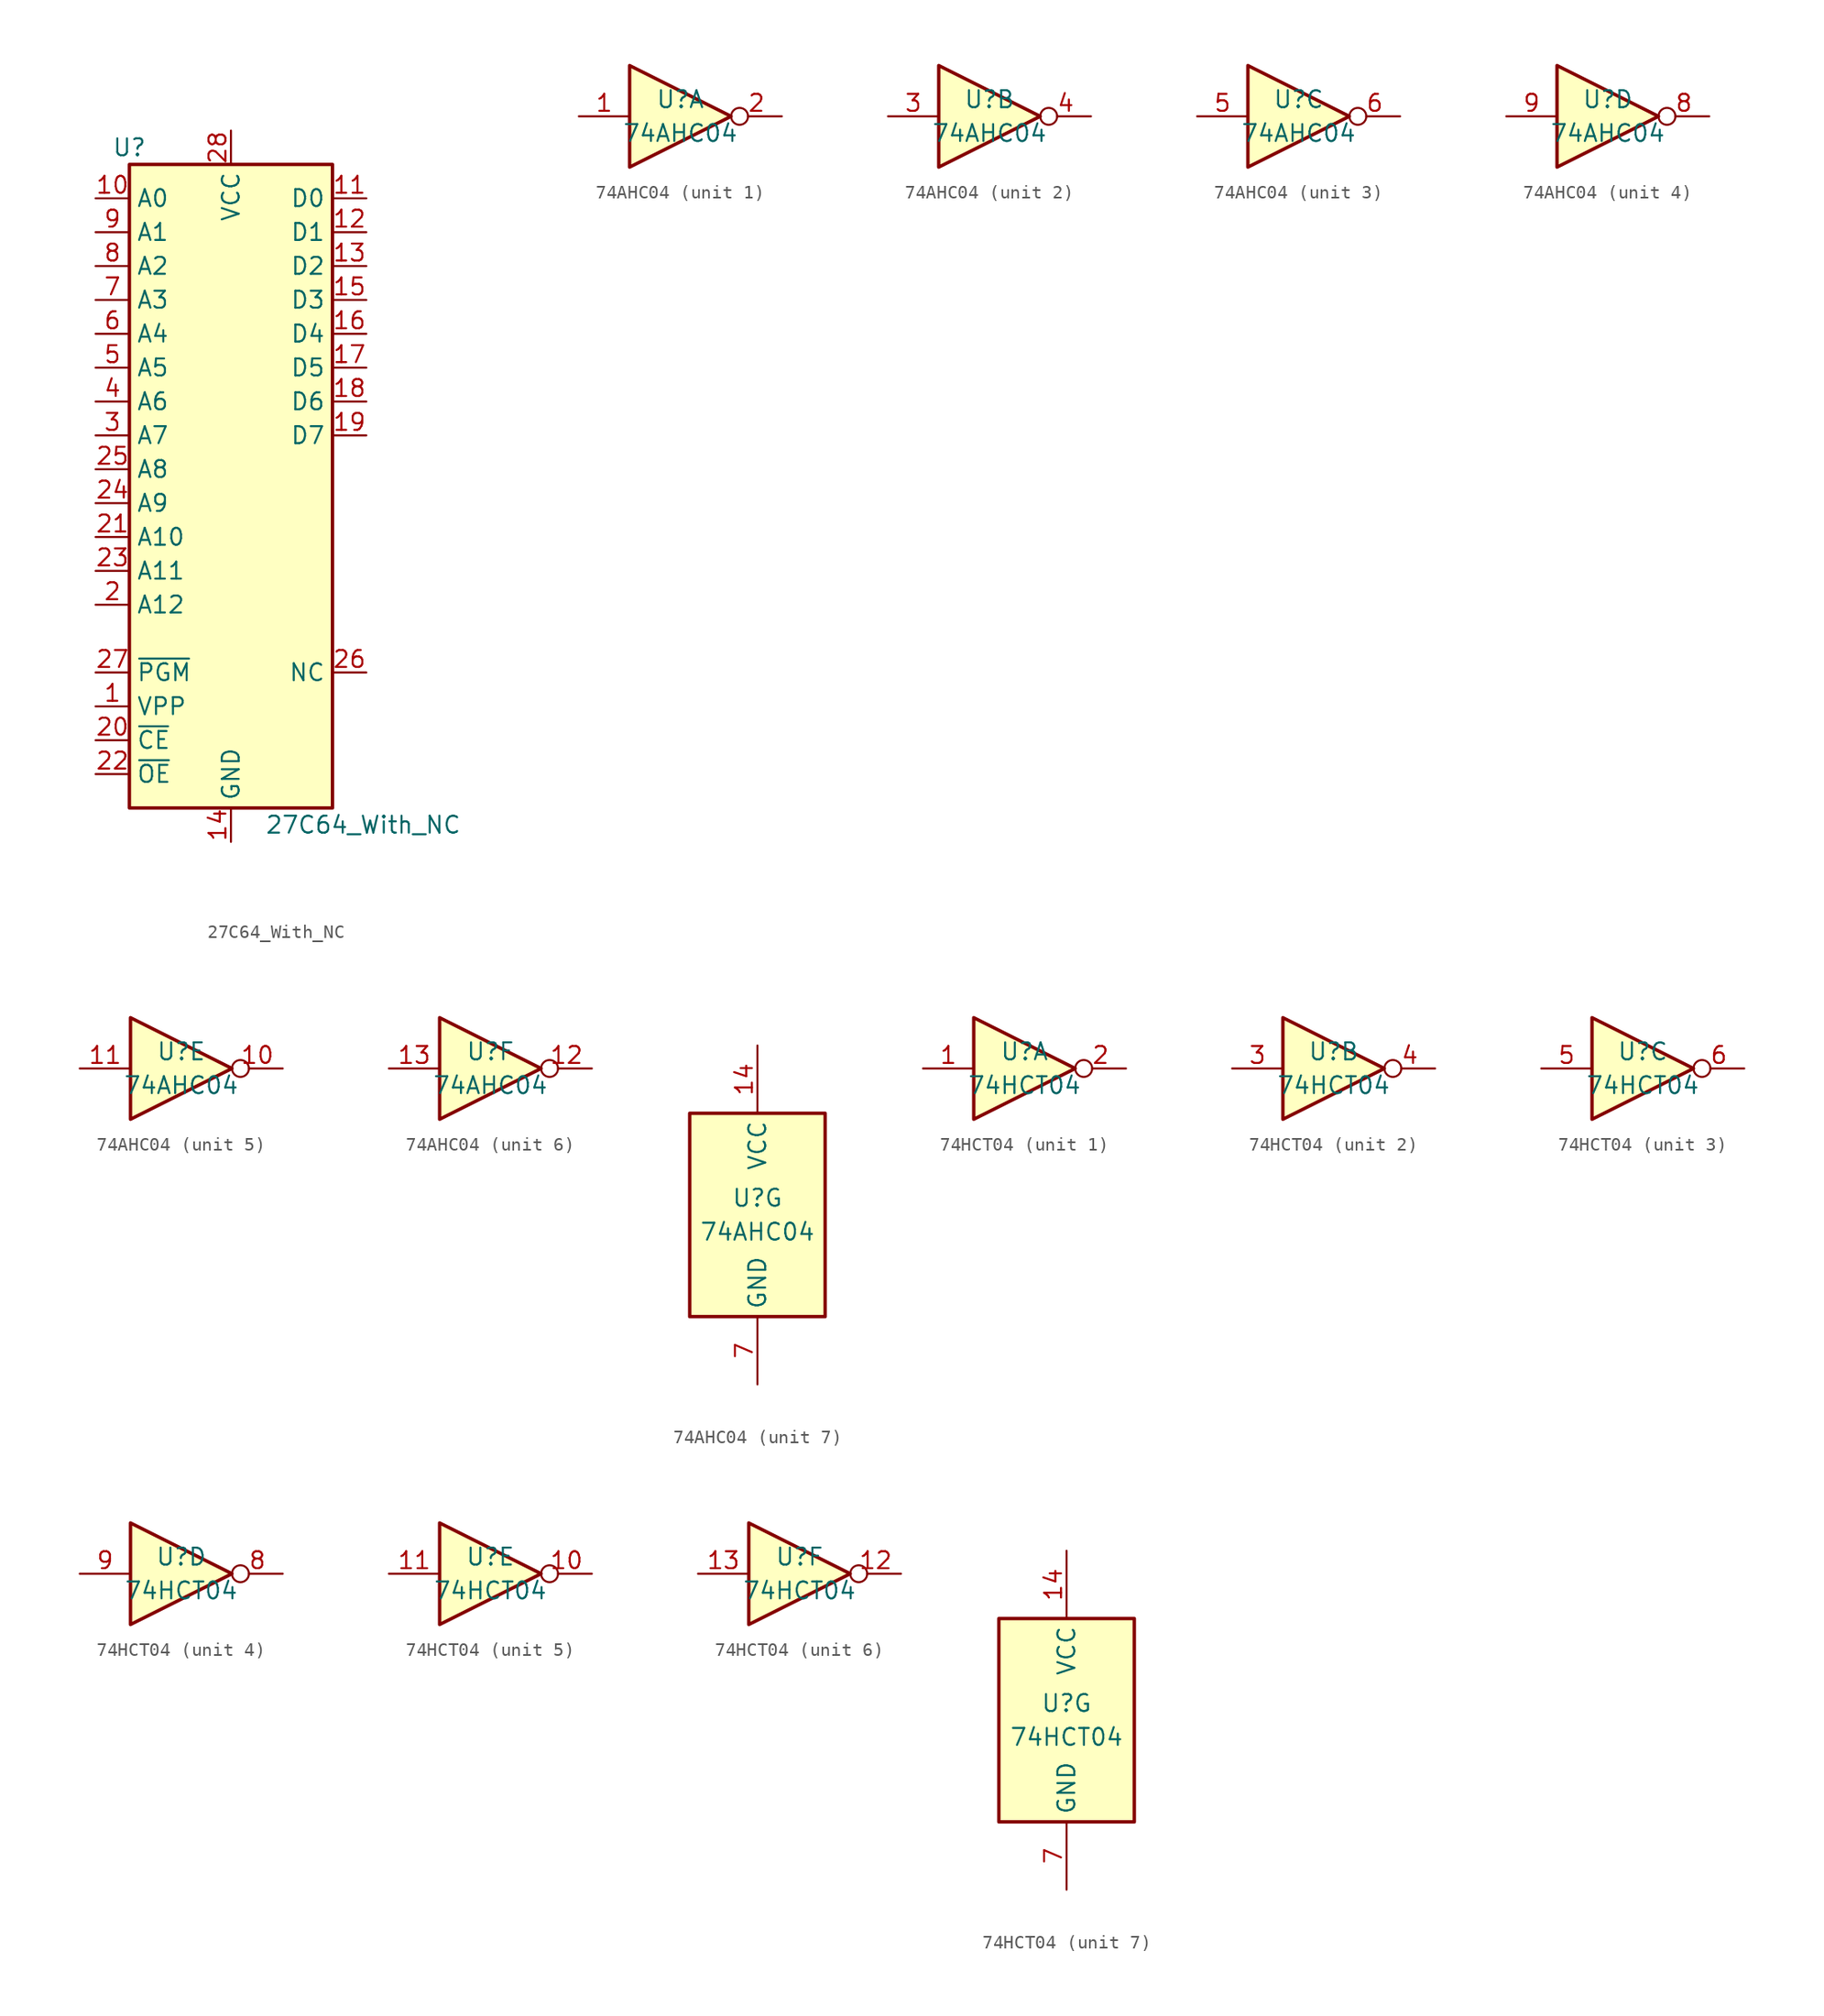
<source format=kicad_sym>
(kicad_symbol_lib
  (version 20241209)
  (generator "kicad_symbol_editor")
  (generator_version "9.0")
  (symbol "27C64_With_NC"
    (property "Reference" "U"
      (at -7.62 24.13 0)
      (effects (font (size 1.27 1.27))))
    (property "Value" "27C64_With_NC"
      (at 2.54 -26.67 0)
      (effects (font (size 1.27 1.27)) (justify left)))
    (symbol "27C64_With_NC_1_1"
      (rectangle (start -7.62 22.86) (end 7.62 -25.4) (stroke (width 0.254) (type default)) (fill (type background)))
      (pin input line (at -10.16 20.32 0) (length 2.54) (name "A0" (effects (font (size 1.27 1.27)))) (number "10" (effects (font (size 1.27 1.27)))))
      (pin input line (at -10.16 17.78 0) (length 2.54) (name "A1" (effects (font (size 1.27 1.27)))) (number "9" (effects (font (size 1.27 1.27)))))
      (pin input line (at -10.16 15.24 0) (length 2.54) (name "A2" (effects (font (size 1.27 1.27)))) (number "8" (effects (font (size 1.27 1.27)))))
      (pin input line (at -10.16 12.7 0) (length 2.54) (name "A3" (effects (font (size 1.27 1.27)))) (number "7" (effects (font (size 1.27 1.27)))))
      (pin input line (at -10.16 10.16 0) (length 2.54) (name "A4" (effects (font (size 1.27 1.27)))) (number "6" (effects (font (size 1.27 1.27)))))
      (pin input line (at -10.16 7.62 0) (length 2.54) (name "A5" (effects (font (size 1.27 1.27)))) (number "5" (effects (font (size 1.27 1.27)))))
      (pin input line (at -10.16 5.08 0) (length 2.54) (name "A6" (effects (font (size 1.27 1.27)))) (number "4" (effects (font (size 1.27 1.27)))))
      (pin input line (at -10.16 2.54 0) (length 2.54) (name "A7" (effects (font (size 1.27 1.27)))) (number "3" (effects (font (size 1.27 1.27)))))
      (pin input line (at -10.16 0 0) (length 2.54) (name "A8" (effects (font (size 1.27 1.27)))) (number "25" (effects (font (size 1.27 1.27)))))
      (pin input line (at -10.16 -2.54 0) (length 2.54) (name "A9" (effects (font (size 1.27 1.27)))) (number "24" (effects (font (size 1.27 1.27)))))
      (pin input line (at -10.16 -5.08 0) (length 2.54) (name "A10" (effects (font (size 1.27 1.27)))) (number "21" (effects (font (size 1.27 1.27)))))
      (pin input line (at -10.16 -7.62 0) (length 2.54) (name "A11" (effects (font (size 1.27 1.27)))) (number "23" (effects (font (size 1.27 1.27)))))
      (pin input line (at -10.16 -10.16 0) (length 2.54) (name "A12" (effects (font (size 1.27 1.27)))) (number "2" (effects (font (size 1.27 1.27)))))
      (pin input line (at -10.16 -15.24 0) (length 2.54) (name "~{PGM}" (effects (font (size 1.27 1.27)))) (number "27" (effects (font (size 1.27 1.27)))))
      (pin input line (at -10.16 -17.78 0) (length 2.54) (name "VPP" (effects (font (size 1.27 1.27)))) (number "1" (effects (font (size 1.27 1.27)))))
      (pin input line (at -10.16 -20.32 0) (length 2.54) (name "~{CE}" (effects (font (size 1.27 1.27)))) (number "20" (effects (font (size 1.27 1.27)))))
      (pin input line (at -10.16 -22.86 0) (length 2.54) (name "~{OE}" (effects (font (size 1.27 1.27)))) (number "22" (effects (font (size 1.27 1.27)))))
      (pin power_in line (at 0 25.4 270) (length 2.54) (name "VCC" (effects (font (size 1.27 1.27)))) (number "28" (effects (font (size 1.27 1.27)))))
      (pin power_in line (at 0 -27.94 90) (length 2.54) (name "GND" (effects (font (size 1.27 1.27)))) (number "14" (effects (font (size 1.27 1.27)))))
      (pin no_connect line (at 7.62 0 180) (length 2.54) (hide yes) (name "NC" (effects (font (size 1.27 1.27)))) (number "26" (effects (font (size 1.27 1.27)))))
      (pin tri_state line (at 10.16 20.32 180) (length 2.54) (name "D0" (effects (font (size 1.27 1.27)))) (number "11" (effects (font (size 1.27 1.27)))))
      (pin tri_state line (at 10.16 17.78 180) (length 2.54) (name "D1" (effects (font (size 1.27 1.27)))) (number "12" (effects (font (size 1.27 1.27)))))
      (pin tri_state line (at 10.16 15.24 180) (length 2.54) (name "D2" (effects (font (size 1.27 1.27)))) (number "13" (effects (font (size 1.27 1.27)))))
      (pin tri_state line (at 10.16 12.7 180) (length 2.54) (name "D3" (effects (font (size 1.27 1.27)))) (number "15" (effects (font (size 1.27 1.27)))))
      (pin tri_state line (at 10.16 10.16 180) (length 2.54) (name "D4" (effects (font (size 1.27 1.27)))) (number "16" (effects (font (size 1.27 1.27)))))
      (pin tri_state line (at 10.16 7.62 180) (length 2.54) (name "D5" (effects (font (size 1.27 1.27)))) (number "17" (effects (font (size 1.27 1.27)))))
      (pin tri_state line (at 10.16 5.08 180) (length 2.54) (name "D6" (effects (font (size 1.27 1.27)))) (number "18" (effects (font (size 1.27 1.27)))))
      (pin tri_state line (at 10.16 2.54 180) (length 2.54) (name "D7" (effects (font (size 1.27 1.27)))) (number "19" (effects (font (size 1.27 1.27)))))
      (pin input line (at 10.16 -15.24 180) (length 2.54) (name "NC" (effects (font (size 1.27 1.27)))) (number "26" (effects (font (size 1.27 1.27)))))))
  (symbol "74AHC04"
    (property "Reference" "U"
      (at 0 1.27 0)
      (effects (font (size 1.27 1.27))))
    (property "Value" "74AHC04"
      (at 0 -1.27 0)
      (effects (font (size 1.27 1.27))))
    (property "ki_locked" ""
      (at 0 0 0)
      (effects (font (size 1.27 1.27))))
    (symbol "74AHC04_1_0"
      (polyline (pts (xy -3.81 3.81) (xy -3.81 -3.81) (xy 3.81 0) (xy -3.81 3.81)) (stroke (width 0.254) (type default)) (fill (type background)))
      (pin input line (at -7.62 0 0) (length 3.81) (name "~" (effects (font (size 1.27 1.27)))) (number "1" (effects (font (size 1.27 1.27)))))
      (pin output inverted (at 7.62 0 180) (length 3.81) (name "~" (effects (font (size 1.27 1.27)))) (number "2" (effects (font (size 1.27 1.27))))))
    (symbol "74AHC04_2_0"
      (polyline (pts (xy -3.81 3.81) (xy -3.81 -3.81) (xy 3.81 0) (xy -3.81 3.81)) (stroke (width 0.254) (type default)) (fill (type background)))
      (pin input line (at -7.62 0 0) (length 3.81) (name "~" (effects (font (size 1.27 1.27)))) (number "3" (effects (font (size 1.27 1.27)))))
      (pin output inverted (at 7.62 0 180) (length 3.81) (name "~" (effects (font (size 1.27 1.27)))) (number "4" (effects (font (size 1.27 1.27))))))
    (symbol "74AHC04_3_0"
      (polyline (pts (xy -3.81 3.81) (xy -3.81 -3.81) (xy 3.81 0) (xy -3.81 3.81)) (stroke (width 0.254) (type default)) (fill (type background)))
      (pin input line (at -7.62 0 0) (length 3.81) (name "~" (effects (font (size 1.27 1.27)))) (number "5" (effects (font (size 1.27 1.27)))))
      (pin output inverted (at 7.62 0 180) (length 3.81) (name "~" (effects (font (size 1.27 1.27)))) (number "6" (effects (font (size 1.27 1.27))))))
    (symbol "74AHC04_4_0"
      (polyline (pts (xy -3.81 3.81) (xy -3.81 -3.81) (xy 3.81 0) (xy -3.81 3.81)) (stroke (width 0.254) (type default)) (fill (type background)))
      (pin input line (at -7.62 0 0) (length 3.81) (name "~" (effects (font (size 1.27 1.27)))) (number "9" (effects (font (size 1.27 1.27)))))
      (pin output inverted (at 7.62 0 180) (length 3.81) (name "~" (effects (font (size 1.27 1.27)))) (number "8" (effects (font (size 1.27 1.27))))))
    (symbol "74AHC04_5_0"
      (polyline (pts (xy -3.81 3.81) (xy -3.81 -3.81) (xy 3.81 0) (xy -3.81 3.81)) (stroke (width 0.254) (type default)) (fill (type background)))
      (pin input line (at -7.62 0 0) (length 3.81) (name "~" (effects (font (size 1.27 1.27)))) (number "11" (effects (font (size 1.27 1.27)))))
      (pin output inverted (at 7.62 0 180) (length 3.81) (name "~" (effects (font (size 1.27 1.27)))) (number "10" (effects (font (size 1.27 1.27))))))
    (symbol "74AHC04_6_0"
      (polyline (pts (xy -3.81 3.81) (xy -3.81 -3.81) (xy 3.81 0) (xy -3.81 3.81)) (stroke (width 0.254) (type default)) (fill (type background)))
      (pin input line (at -7.62 0 0) (length 3.81) (name "~" (effects (font (size 1.27 1.27)))) (number "13" (effects (font (size 1.27 1.27)))))
      (pin output inverted (at 7.62 0 180) (length 3.81) (name "~" (effects (font (size 1.27 1.27)))) (number "12" (effects (font (size 1.27 1.27))))))
    (symbol "74AHC04_7_0"
      (pin power_in line (at 0 12.7 270) (length 5.08) (name "VCC" (effects (font (size 1.27 1.27)))) (number "14" (effects (font (size 1.27 1.27)))))
      (pin power_in line (at 0 -12.7 90) (length 5.08) (name "GND" (effects (font (size 1.27 1.27)))) (number "7" (effects (font (size 1.27 1.27))))))
    (symbol "74AHC04_7_1"
      (rectangle (start -5.08 7.62) (end 5.08 -7.62) (stroke (width 0.254) (type default)) (fill (type background)))))
  (symbol "74HCT04"
    (property "Reference" "U"
      (at 0 1.27 0)
      (effects (font (size 1.27 1.27))))
    (property "Value" "74HCT04"
      (at 0 -1.27 0)
      (effects (font (size 1.27 1.27))))
    (property "ki_locked" ""
      (at 0 0 0)
      (effects (font (size 1.27 1.27))))
    (symbol "74HCT04_1_0"
      (polyline (pts (xy -3.81 3.81) (xy -3.81 -3.81) (xy 3.81 0) (xy -3.81 3.81)) (stroke (width 0.254) (type default)) (fill (type background)))
      (pin input line (at -7.62 0 0) (length 3.81) (name "~" (effects (font (size 1.27 1.27)))) (number "1" (effects (font (size 1.27 1.27)))))
      (pin output inverted (at 7.62 0 180) (length 3.81) (name "~" (effects (font (size 1.27 1.27)))) (number "2" (effects (font (size 1.27 1.27))))))
    (symbol "74HCT04_2_0"
      (polyline (pts (xy -3.81 3.81) (xy -3.81 -3.81) (xy 3.81 0) (xy -3.81 3.81)) (stroke (width 0.254) (type default)) (fill (type background)))
      (pin input line (at -7.62 0 0) (length 3.81) (name "~" (effects (font (size 1.27 1.27)))) (number "3" (effects (font (size 1.27 1.27)))))
      (pin output inverted (at 7.62 0 180) (length 3.81) (name "~" (effects (font (size 1.27 1.27)))) (number "4" (effects (font (size 1.27 1.27))))))
    (symbol "74HCT04_3_0"
      (polyline (pts (xy -3.81 3.81) (xy -3.81 -3.81) (xy 3.81 0) (xy -3.81 3.81)) (stroke (width 0.254) (type default)) (fill (type background)))
      (pin input line (at -7.62 0 0) (length 3.81) (name "~" (effects (font (size 1.27 1.27)))) (number "5" (effects (font (size 1.27 1.27)))))
      (pin output inverted (at 7.62 0 180) (length 3.81) (name "~" (effects (font (size 1.27 1.27)))) (number "6" (effects (font (size 1.27 1.27))))))
    (symbol "74HCT04_4_0"
      (polyline (pts (xy -3.81 3.81) (xy -3.81 -3.81) (xy 3.81 0) (xy -3.81 3.81)) (stroke (width 0.254) (type default)) (fill (type background)))
      (pin input line (at -7.62 0 0) (length 3.81) (name "~" (effects (font (size 1.27 1.27)))) (number "9" (effects (font (size 1.27 1.27)))))
      (pin output inverted (at 7.62 0 180) (length 3.81) (name "~" (effects (font (size 1.27 1.27)))) (number "8" (effects (font (size 1.27 1.27))))))
    (symbol "74HCT04_5_0"
      (polyline (pts (xy -3.81 3.81) (xy -3.81 -3.81) (xy 3.81 0) (xy -3.81 3.81)) (stroke (width 0.254) (type default)) (fill (type background)))
      (pin input line (at -7.62 0 0) (length 3.81) (name "~" (effects (font (size 1.27 1.27)))) (number "11" (effects (font (size 1.27 1.27)))))
      (pin output inverted (at 7.62 0 180) (length 3.81) (name "~" (effects (font (size 1.27 1.27)))) (number "10" (effects (font (size 1.27 1.27))))))
    (symbol "74HCT04_6_0"
      (polyline (pts (xy -3.81 3.81) (xy -3.81 -3.81) (xy 3.81 0) (xy -3.81 3.81)) (stroke (width 0.254) (type default)) (fill (type background)))
      (pin input line (at -7.62 0 0) (length 3.81) (name "~" (effects (font (size 1.27 1.27)))) (number "13" (effects (font (size 1.27 1.27)))))
      (pin output inverted (at 7.62 0 180) (length 3.81) (name "~" (effects (font (size 1.27 1.27)))) (number "12" (effects (font (size 1.27 1.27))))))
    (symbol "74HCT04_7_0"
      (pin power_in line (at 0 12.7 270) (length 5.08) (name "VCC" (effects (font (size 1.27 1.27)))) (number "14" (effects (font (size 1.27 1.27)))))
      (pin power_in line (at 0 -12.7 90) (length 5.08) (name "GND" (effects (font (size 1.27 1.27)))) (number "7" (effects (font (size 1.27 1.27))))))
    (symbol "74HCT04_7_1"
      (rectangle (start -5.08 7.62) (end 5.08 -7.62) (stroke (width 0.254) (type default)) (fill (type background))))))
</source>
